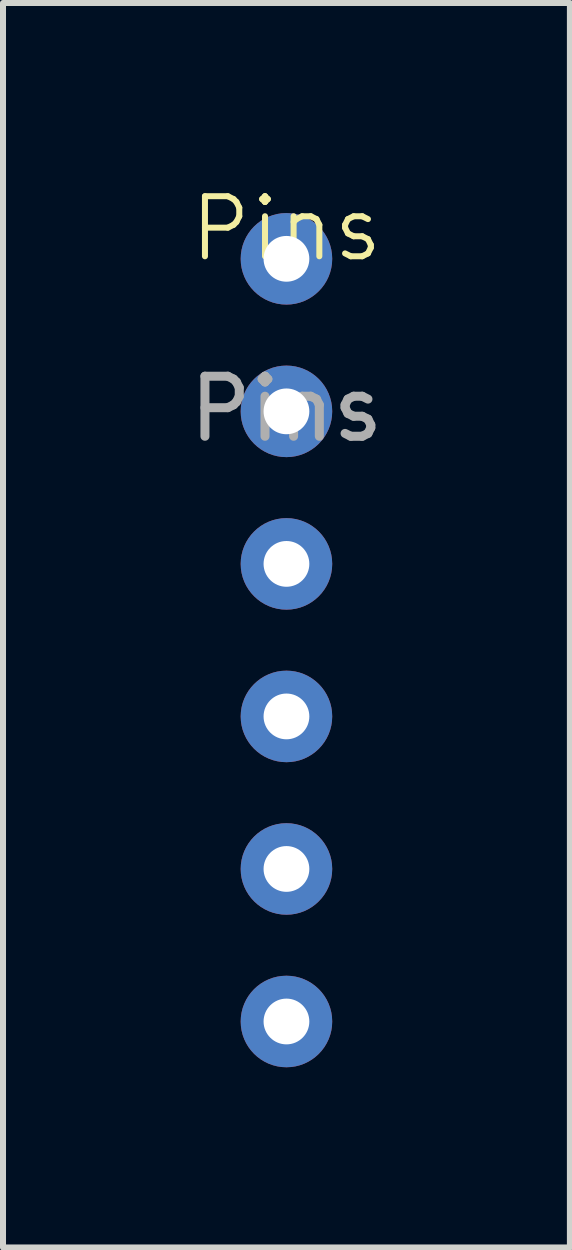
<source format=kicad_pcb>
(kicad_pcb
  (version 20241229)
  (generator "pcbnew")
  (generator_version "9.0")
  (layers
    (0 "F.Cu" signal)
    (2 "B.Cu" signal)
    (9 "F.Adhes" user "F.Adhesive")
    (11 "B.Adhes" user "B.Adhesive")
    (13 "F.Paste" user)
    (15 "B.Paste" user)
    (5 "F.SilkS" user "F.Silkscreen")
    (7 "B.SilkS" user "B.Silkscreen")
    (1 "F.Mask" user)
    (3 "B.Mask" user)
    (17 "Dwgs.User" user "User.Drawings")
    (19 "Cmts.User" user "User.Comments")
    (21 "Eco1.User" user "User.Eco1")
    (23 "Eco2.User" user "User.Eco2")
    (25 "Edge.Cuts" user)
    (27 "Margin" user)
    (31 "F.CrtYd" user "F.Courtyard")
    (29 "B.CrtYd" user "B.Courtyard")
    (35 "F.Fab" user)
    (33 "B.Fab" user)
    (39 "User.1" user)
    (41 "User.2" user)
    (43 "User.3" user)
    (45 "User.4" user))
  (footprint "Pins"
    (layer "F.Cu")
    (at 1.72 1.26)
    (property "Reference" "Pins" (at 0 -0.5 0) (unlocked yes) (layer "F.SilkS") (effects (font (size 1 1) (thickness 0.1))))
    (attr through_hole)
    (fp_text user "${REFERENCE}" (at 0 2.5 0) (unlocked yes) (layer "F.Fab") (effects (font (size 1 1) (thickness 0.15))))
    (pad "1" thru_hole circle (at 0 0) (size 1.524 1.524) (drill 0.762) (layers "*.Cu" "*.Mask"))
    (pad "2" thru_hole circle (at 0 2.54) (size 1.524 1.524) (drill 0.762) (layers "*.Cu" "*.Mask"))
    (pad "3" thru_hole circle (at 0 5.08) (size 1.524 1.524) (drill 0.762) (layers "*.Cu" "*.Mask"))
    (pad "4" thru_hole circle (at 0 7.62) (size 1.524 1.524) (drill 0.762) (layers "*.Cu" "*.Mask"))
    (pad "5" thru_hole circle (at 0 10.16) (size 1.524 1.524) (drill 0.762) (layers "*.Cu" "*.Mask"))
    (pad "6" thru_hole circle (at 0 12.7) (size 1.524 1.524) (drill 0.762) (layers "*.Cu" "*.Mask")))
  (gr_rect
    (start -3 -3)
    (end 6.44 17.723)
    (stroke (width 0.1) (type default))
    (fill no)
    (layer "Edge.Cuts")))
</source>
